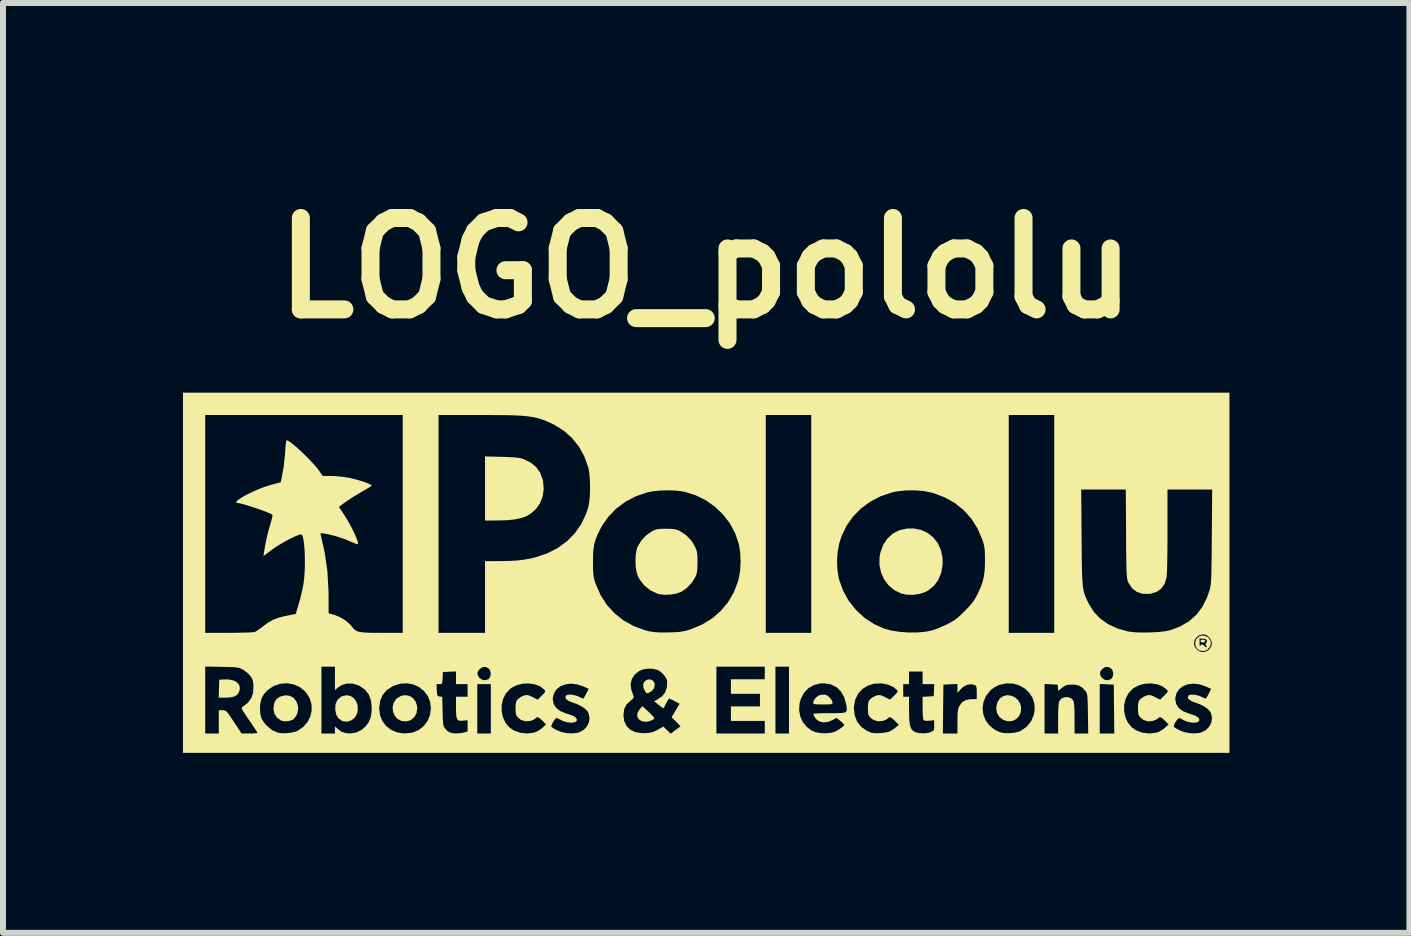
<source format=kicad_pcb>
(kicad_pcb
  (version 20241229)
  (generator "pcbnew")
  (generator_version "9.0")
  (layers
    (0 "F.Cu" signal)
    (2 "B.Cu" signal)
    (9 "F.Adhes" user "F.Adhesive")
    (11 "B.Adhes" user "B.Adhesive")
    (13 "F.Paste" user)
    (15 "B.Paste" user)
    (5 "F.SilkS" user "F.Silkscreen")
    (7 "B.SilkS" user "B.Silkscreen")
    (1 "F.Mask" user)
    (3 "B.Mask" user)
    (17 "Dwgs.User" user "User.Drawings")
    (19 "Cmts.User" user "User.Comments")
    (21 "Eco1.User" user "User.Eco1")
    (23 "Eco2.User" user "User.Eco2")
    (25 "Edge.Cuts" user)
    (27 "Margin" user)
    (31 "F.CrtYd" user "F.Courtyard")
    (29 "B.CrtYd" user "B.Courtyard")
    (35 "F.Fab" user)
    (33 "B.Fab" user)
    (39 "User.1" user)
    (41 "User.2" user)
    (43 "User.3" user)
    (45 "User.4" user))
  (footprint "LOGO_pololu"
    (layer "F.Cu")
    (at 8.714 6.498)
    (property "Reference" "LOGO_pololu" (at 0 -5.08 0) (layer "F.SilkS") (effects (font (size 1.524 1.524) (thickness 0.3))))
    (attr board_only exclude_from_pos_files exclude_from_bom)
    (fp_poly (pts (xy 8.319 1.122) (xy 8.327 1.138) (xy 8.313 1.157) (xy 8.286 1.162) (xy 8.254 1.153) (xy 8.246 1.138) (xy 8.26 1.118) (xy 8.286 1.113)) (stroke (width 0) (type solid)) (fill yes) (layer "F.SilkS"))
    (fp_poly (pts (xy -7.946 1.779) (xy -7.866 1.797) (xy -7.808 1.831) (xy -7.773 1.878) (xy -7.766 1.937) (xy -7.779 1.986) (xy -7.809 2.032) (xy -7.858 2.062) (xy -7.93 2.078) (xy -8.004 2.082) (xy -8.118 2.082) (xy -8.114 1.932) (xy -8.109 1.783) (xy -8.044 1.778)) (stroke (width 0) (type solid)) (fill yes) (layer "F.SilkS"))
    (fp_poly (pts (xy -0.882 1.796) (xy -0.855 1.835) (xy -0.85 1.869) (xy -0.861 1.924) (xy -0.896 1.968) (xy -0.938 1.994) (xy -0.971 2.008) (xy -0.991 2.003) (xy -1.008 1.98) (xy -1.038 1.915) (xy -1.043 1.857) (xy -1.02 1.811) (xy -1.018 1.809) (xy -0.972 1.78) (xy -0.924 1.777)) (stroke (width 0) (type solid)) (fill yes) (layer "F.SilkS"))
    (fp_poly (pts (xy -0.955 2.315) (xy -0.91 2.359) (xy -0.875 2.395) (xy -0.857 2.418) (xy -0.855 2.422) (xy -0.869 2.441) (xy -0.904 2.46) (xy -0.948 2.477) (xy -0.99 2.484) (xy -0.996 2.484) (xy -1.044 2.478) (xy -1.076 2.469) (xy -1.122 2.436) (xy -1.142 2.389) (xy -1.137 2.334) (xy -1.104 2.278) (xy -1.1 2.274) (xy -1.055 2.223)) (stroke (width 0) (type solid)) (fill yes) (layer "F.SilkS"))
    (fp_poly (pts (xy -5.922 2.053) (xy -5.867 2.089) (xy -5.826 2.144) (xy -5.802 2.212) (xy -5.8 2.29) (xy -5.812 2.347) (xy -5.849 2.413) (xy -5.904 2.458) (xy -5.97 2.481) (xy -6.04 2.476) (xy -6.06 2.47) (xy -6.121 2.428) (xy -6.16 2.363) (xy -6.176 2.279) (xy -6.171 2.189) (xy -6.14 2.119) (xy -6.084 2.069) (xy -6.058 2.056) (xy -5.987 2.041)) (stroke (width 0) (type solid)) (fill yes) (layer "F.SilkS"))
    (fp_poly (pts (xy -4.938 2.052) (xy -4.88 2.089) (xy -4.836 2.146) (xy -4.812 2.221) (xy -4.809 2.259) (xy -4.822 2.343) (xy -4.86 2.409) (xy -4.916 2.455) (xy -4.987 2.477) (xy -5.067 2.471) (xy -5.076 2.468) (xy -5.14 2.434) (xy -5.186 2.38) (xy -5.213 2.313) (xy -5.219 2.24) (xy -5.203 2.169) (xy -5.163 2.107) (xy -5.147 2.092) (xy -5.078 2.051) (xy -5.006 2.039)) (stroke (width 0) (type solid)) (fill yes) (layer "F.SilkS"))
    (fp_poly (pts (xy 5.087 2.047) (xy 5.149 2.073) (xy 5.203 2.118) (xy 5.241 2.18) (xy 5.256 2.238) (xy 5.253 2.319) (xy 5.224 2.387) (xy 5.176 2.439) (xy 5.113 2.469) (xy 5.04 2.476) (xy 4.964 2.454) (xy 4.96 2.452) (xy 4.895 2.404) (xy 4.855 2.337) (xy 4.842 2.259) (xy 4.857 2.174) (xy 4.864 2.155) (xy 4.904 2.093) (xy 4.959 2.056) (xy 5.022 2.04)) (stroke (width 0) (type solid)) (fill yes) (layer "F.SilkS"))
    (fp_poly (pts (xy -6.935 2.05) (xy -6.872 2.084) (xy -6.825 2.141) (xy -6.798 2.217) (xy -6.794 2.27) (xy -6.804 2.332) (xy -6.831 2.392) (xy -6.869 2.438) (xy -6.886 2.45) (xy -6.952 2.472) (xy -7.023 2.476) (xy -7.078 2.463) (xy -7.144 2.417) (xy -7.188 2.352) (xy -7.206 2.275) (xy -7.197 2.192) (xy -7.188 2.163) (xy -7.161 2.113) (xy -7.125 2.081) (xy -7.089 2.062) (xy -7.009 2.042)) (stroke (width 0) (type solid)) (fill yes) (layer "F.SilkS"))
    (fp_poly (pts (xy 1.993 2.032) (xy 2.028 2.048) (xy 2.067 2.081) (xy 2.099 2.122) (xy 2.114 2.159) (xy 2.114 2.163) (xy 2.112 2.177) (xy 2.101 2.187) (xy 2.076 2.192) (xy 2.031 2.194) (xy 1.96 2.195) (xy 1.953 2.195) (xy 1.879 2.194) (xy 1.832 2.192) (xy 1.806 2.187) (xy 1.794 2.178) (xy 1.791 2.164) (xy 1.791 2.161) (xy 1.802 2.129) (xy 1.829 2.09) (xy 1.838 2.08) (xy 1.882 2.046) (xy 1.93 2.032)) (stroke (width 0) (type solid)) (fill yes) (layer "F.SilkS"))
    (fp_poly (pts (xy -3.401 -1.933) (xy -3.286 -1.929) (xy -3.199 -1.924) (xy -3.132 -1.918) (xy -3.081 -1.909) (xy -3.042 -1.897) (xy -2.922 -1.84) (xy -2.828 -1.764) (xy -2.76 -1.67) (xy -2.718 -1.555) (xy -2.711 -1.525) (xy -2.701 -1.394) (xy -2.719 -1.27) (xy -2.764 -1.157) (xy -2.833 -1.059) (xy -2.925 -0.98) (xy -2.993 -0.942) (xy -3.081 -0.911) (xy -3.19 -0.889) (xy -3.323 -0.876) (xy -3.484 -0.872) (xy -3.49 -0.872) (xy -3.679 -0.871) (xy -3.679 -1.94)) (stroke (width 0) (type solid)) (fill yes) (layer "F.SilkS"))
    (fp_poly (pts (xy 3.59 -0.715) (xy 3.7 -0.664) (xy 3.793 -0.589) (xy 3.867 -0.495) (xy 3.919 -0.382) (xy 3.947 -0.256) (xy 3.949 -0.134) (xy 3.925 0.001) (xy 3.876 0.119) (xy 3.804 0.217) (xy 3.71 0.294) (xy 3.668 0.317) (xy 3.568 0.352) (xy 3.455 0.368) (xy 3.342 0.364) (xy 3.252 0.343) (xy 3.14 0.287) (xy 3.046 0.207) (xy 2.973 0.108) (xy 2.922 -0.006) (xy 2.896 -0.13) (xy 2.897 -0.259) (xy 2.912 -0.339) (xy 2.959 -0.467) (xy 3.029 -0.572) (xy 3.118 -0.653) (xy 3.226 -0.709) (xy 3.351 -0.737) (xy 3.466 -0.739)) (stroke (width 0) (type solid)) (fill yes) (layer "F.SilkS"))
    (fp_poly (pts (xy 8.317 1.048) (xy 8.369 1.074) (xy 8.387 1.091) (xy 8.419 1.143) (xy 8.418 1.198) (xy 8.405 1.232) (xy 8.362 1.283) (xy 8.307 1.305) (xy 8.242 1.298) (xy 8.218 1.288) (xy 8.189 1.261) (xy 8.166 1.219) (xy 8.165 1.217) (xy 8.159 1.156) (xy 8.177 1.105) (xy 8.185 1.097) (xy 8.23 1.097) (xy 8.232 1.174) (xy 8.234 1.212) (xy 8.238 1.227) (xy 8.241 1.222) (xy 8.257 1.198) (xy 8.27 1.194) (xy 8.297 1.205) (xy 8.311 1.218) (xy 8.335 1.239) (xy 8.347 1.243) (xy 8.352 1.233) (xy 8.343 1.218) (xy 8.331 1.192) (xy 8.343 1.17) (xy 8.357 1.137) (xy 8.343 1.111) (xy 8.303 1.098) (xy 8.287 1.097) (xy 8.23 1.097) (xy 8.185 1.097) (xy 8.214 1.068) (xy 8.263 1.047)) (stroke (width 0) (type solid)) (fill yes) (layer "F.SilkS"))
    (fp_poly (pts (xy -0.583 -0.733) (xy -0.526 -0.728) (xy -0.481 -0.717) (xy -0.437 -0.699) (xy -0.429 -0.695) (xy -0.325 -0.626) (xy -0.237 -0.534) (xy -0.18 -0.438) (xy -0.16 -0.392) (xy -0.147 -0.35) (xy -0.14 -0.301) (xy -0.138 -0.237) (xy -0.137 -0.178) (xy -0.139 -0.093) (xy -0.143 -0.032) (xy -0.152 0.016) (xy -0.168 0.058) (xy -0.172 0.067) (xy -0.231 0.164) (xy -0.311 0.25) (xy -0.402 0.314) (xy -0.409 0.318) (xy -0.489 0.346) (xy -0.585 0.363) (xy -0.683 0.367) (xy -0.771 0.357) (xy -0.799 0.35) (xy -0.921 0.293) (xy -1.023 0.212) (xy -1.103 0.109) (xy -1.133 0.052) (xy -1.155 -0.02) (xy -1.168 -0.112) (xy -1.171 -0.213) (xy -1.165 -0.311) (xy -1.149 -0.396) (xy -1.134 -0.438) (xy -1.072 -0.54) (xy -0.988 -0.628) (xy -0.897 -0.691) (xy -0.853 -0.712) (xy -0.813 -0.725) (xy -0.765 -0.732) (xy -0.7 -0.734) (xy -0.662 -0.734)) (stroke (width 0) (type solid)) (fill yes) (layer "F.SilkS"))
    (fp_poly (pts (xy 8.73 3.002) (xy -8.714 3.002) (xy -8.714 1.563) (xy -8.343 1.563) (xy -8.343 2.679) (xy -8.117 2.679) (xy -6.406 2.679) (xy -6.181 2.679) (xy -3.808 2.679) (xy -3.582 2.679) (xy -3.582 2.306) (xy -3.402 2.306) (xy -3.381 2.406) (xy -3.339 2.498) (xy -3.276 2.575) (xy -3.203 2.626) (xy -3.095 2.666) (xy -2.976 2.679) (xy -2.859 2.664) (xy -2.851 2.661) (xy -2.802 2.64) (xy -2.748 2.605) (xy -2.725 2.586) (xy -2.701 2.564) (xy -2.575 2.564) (xy -2.574 2.565) (xy -2.549 2.587) (xy -2.501 2.614) (xy -2.441 2.641) (xy -2.396 2.656) (xy -2.316 2.673) (xy -2.228 2.677) (xy -2.146 2.669) (xy -2.112 2.66) (xy -2.037 2.621) (xy -1.981 2.562) (xy -1.947 2.491) (xy -1.937 2.415) (xy -1.947 2.372) (xy -1.372 2.372) (xy -1.359 2.473) (xy -1.32 2.554) (xy -1.257 2.616) (xy -1.172 2.656) (xy -1.065 2.673) (xy -1.006 2.673) (xy -0.933 2.666) (xy -0.874 2.652) (xy -0.815 2.625) (xy -0.799 2.615) (xy -0.706 2.563) (xy -0.645 2.623) (xy -0.584 2.682) (xy -0.58 2.679) (xy 0.178 2.679) (xy 0.984 2.679) (xy 1.162 2.679) (xy 1.388 2.679) (xy 3.953 2.679) (xy 4.196 2.679) (xy 4.196 2.481) (xy 4.197 2.389) (xy 4.2 2.323) (xy 4.207 2.275) (xy 4.212 2.261) (xy 4.615 2.261) (xy 4.628 2.364) (xy 4.666 2.459) (xy 4.729 2.545) (xy 4.815 2.614) (xy 4.901 2.657) (xy 4.972 2.672) (xy 5.058 2.674) (xy 5.147 2.666) (xy 5.225 2.646) (xy 5.253 2.634) (xy 5.349 2.567) (xy 5.421 2.48) (xy 5.467 2.375) (xy 5.483 2.289) (xy 5.478 2.18) (xy 5.446 2.081) (xy 5.39 1.996) (xy 5.316 1.926) (xy 5.225 1.876) (xy 5.149 1.854) (xy 5.648 1.854) (xy 5.648 2.679) (xy 5.874 2.679) (xy 5.874 2.429) (xy 5.875 2.326) (xy 5.879 2.241) (xy 5.884 2.178) (xy 5.891 2.142) (xy 5.892 2.14) (xy 5.927 2.098) (xy 5.977 2.076) (xy 6.033 2.072) (xy 6.085 2.088) (xy 6.124 2.124) (xy 6.128 2.131) (xy 6.137 2.167) (xy 6.144 2.235) (xy 6.147 2.334) (xy 6.148 2.425) (xy 6.148 2.679) (xy 6.376 2.679) (xy 6.371 2.349) (xy 6.369 2.237) (xy 6.367 2.152) (xy 6.364 2.09) (xy 6.36 2.047) (xy 6.354 2.016) (xy 6.345 1.995) (xy 6.335 1.977) (xy 6.333 1.975) (xy 6.279 1.915) (xy 6.222 1.88) (xy 6.151 1.865) (xy 6.108 1.864) (xy 6.048 1.866) (xy 6.007 1.875) (xy 5.97 1.894) (xy 5.941 1.916) (xy 5.876 1.969) (xy 5.871 1.916) (xy 5.866 1.864) (xy 5.757 1.859) (xy 5.649 1.854) (xy 6.568 1.854) (xy 6.568 2.679) (xy 6.81 2.679) (xy 6.807 2.306) (xy 6.974 2.306) (xy 6.995 2.406) (xy 7.037 2.498) (xy 7.1 2.575) (xy 7.173 2.626) (xy 7.282 2.666) (xy 7.4 2.679) (xy 7.517 2.664) (xy 7.525 2.661) (xy 7.574 2.64) (xy 7.628 2.605) (xy 7.651 2.586) (xy 7.676 2.564) (xy 7.801 2.564) (xy 7.802 2.565) (xy 7.827 2.587) (xy 7.875 2.614) (xy 7.936 2.641) (xy 7.98 2.656) (xy 8.06 2.673) (xy 8.149 2.677) (xy 8.231 2.669) (xy 8.264 2.66) (xy 8.339 2.621) (xy 8.395 2.562) (xy 8.429 2.491) (xy 8.439 2.415) (xy 8.422 2.339) (xy 8.408 2.312) (xy 8.37 2.271) (xy 8.311 2.229) (xy 8.239 2.192) (xy 8.182 2.171) (xy 8.11 2.145) (xy 8.06 2.116) (xy 8.037 2.088) (xy 8.036 2.081) (xy 8.045 2.05) (xy 8.054 2.04) (xy 8.093 2.03) (xy 8.15 2.033) (xy 8.212 2.046) (xy 8.26 2.065) (xy 8.301 2.085) (xy 8.329 2.096) (xy 8.334 2.098) (xy 8.345 2.085) (xy 8.366 2.051) (xy 8.384 2.017) (xy 8.425 1.935) (xy 8.333 1.893) (xy 8.23 1.859) (xy 8.13 1.848) (xy 8.038 1.859) (xy 7.957 1.89) (xy 7.892 1.939) (xy 7.848 2.005) (xy 7.827 2.086) (xy 7.827 2.106) (xy 7.841 2.185) (xy 7.883 2.252) (xy 7.954 2.306) (xy 8.054 2.347) (xy 8.085 2.356) (xy 8.164 2.383) (xy 8.213 2.415) (xy 8.23 2.451) (xy 8.23 2.453) (xy 8.216 2.48) (xy 8.179 2.495) (xy 8.127 2.499) (xy 8.066 2.492) (xy 8.003 2.474) (xy 7.959 2.452) (xy 7.921 2.432) (xy 7.894 2.421) (xy 7.891 2.421) (xy 7.872 2.433) (xy 7.846 2.465) (xy 7.822 2.504) (xy 7.805 2.541) (xy 7.801 2.564) (xy 7.676 2.564) (xy 7.715 2.528) (xy 7.655 2.466) (xy 7.61 2.425) (xy 7.578 2.407) (xy 7.553 2.412) (xy 7.536 2.429) (xy 7.508 2.448) (xy 7.464 2.466) (xy 7.452 2.47) (xy 7.371 2.476) (xy 7.296 2.452) (xy 7.244 2.411) (xy 7.223 2.383) (xy 7.211 2.351) (xy 7.206 2.304) (xy 7.205 2.259) (xy 7.207 2.197) (xy 7.214 2.156) (xy 7.228 2.126) (xy 7.245 2.107) (xy 7.288 2.074) (xy 7.34 2.048) (xy 7.345 2.047) (xy 7.384 2.038) (xy 7.417 2.04) (xy 7.456 2.055) (xy 7.49 2.072) (xy 7.574 2.115) (xy 7.643 2.047) (xy 7.681 2.009) (xy 7.699 1.985) (xy 7.7 1.968) (xy 7.687 1.95) (xy 7.685 1.948) (xy 7.615 1.893) (xy 7.527 1.859) (xy 7.428 1.844) (xy 7.325 1.848) (xy 7.226 1.873) (xy 7.137 1.919) (xy 7.113 1.937) (xy 7.044 2.013) (xy 6.998 2.104) (xy 6.975 2.203) (xy 6.974 2.306) (xy 6.807 2.306) (xy 6.806 2.271) (xy 6.802 1.864) (xy 6.568 1.854) (xy 5.649 1.854) (xy 5.648 1.854) (xy 5.149 1.854) (xy 5.124 1.847) (xy 5.015 1.843) (xy 4.903 1.866) (xy 4.885 1.872) (xy 4.821 1.904) (xy 4.76 1.947) (xy 4.741 1.965) (xy 4.67 2.057) (xy 4.629 2.158) (xy 4.615 2.261) (xy 4.212 2.261) (xy 4.218 2.24) (xy 4.224 2.228) (xy 4.27 2.162) (xy 4.33 2.123) (xy 4.41 2.107) (xy 4.43 2.107) (xy 4.518 2.106) (xy 4.518 1.998) (xy 4.517 1.937) (xy 4.511 1.901) (xy 4.499 1.881) (xy 4.487 1.872) (xy 4.424 1.856) (xy 4.355 1.868) (xy 4.288 1.905) (xy 4.238 1.953) (xy 4.196 2.003) (xy 4.196 1.854) (xy 4.079 1.859) (xy 3.962 1.864) (xy 3.957 2.271) (xy 3.953 2.679) (xy 1.388 2.679) (xy 1.388 2.286) (xy 1.556 2.286) (xy 1.575 2.392) (xy 1.619 2.489) (xy 1.685 2.57) (xy 1.769 2.631) (xy 1.829 2.656) (xy 1.911 2.672) (xy 2.003 2.676) (xy 2.089 2.667) (xy 2.134 2.656) (xy 2.18 2.635) (xy 2.229 2.606) (xy 2.272 2.575) (xy 2.301 2.548) (xy 2.308 2.534) (xy 2.296 2.517) (xy 2.266 2.488) (xy 2.243 2.469) (xy 2.179 2.418) (xy 2.126 2.449) (xy 2.046 2.484) (xy 1.968 2.494) (xy 1.898 2.48) (xy 1.842 2.441) (xy 1.823 2.416) (xy 1.802 2.379) (xy 1.792 2.354) (xy 1.791 2.352) (xy 1.807 2.348) (xy 1.849 2.345) (xy 1.913 2.342) (xy 1.993 2.34) (xy 2.064 2.34) (xy 2.17 2.34) (xy 2.247 2.338) (xy 2.3 2.333) (xy 2.332 2.322) (xy 2.348 2.303) (xy 2.352 2.275) (xy 2.35 2.258) (xy 2.469 2.258) (xy 2.484 2.379) (xy 2.525 2.483) (xy 2.592 2.568) (xy 2.684 2.633) (xy 2.759 2.665) (xy 2.809 2.673) (xy 2.877 2.674) (xy 2.951 2.669) (xy 3.019 2.659) (xy 3.068 2.644) (xy 3.074 2.641) (xy 3.121 2.612) (xy 3.168 2.577) (xy 3.171 2.575) (xy 3.219 2.534) (xy 3.155 2.469) (xy 3.11 2.427) (xy 3.078 2.408) (xy 3.053 2.411) (xy 3.034 2.429) (xy 3.006 2.448) (xy 2.962 2.466) (xy 2.95 2.47) (xy 2.869 2.476) (xy 2.794 2.452) (xy 2.742 2.411) (xy 2.72 2.383) (xy 2.709 2.351) (xy 2.704 2.304) (xy 2.703 2.259) (xy 2.705 2.197) (xy 2.711 2.156) (xy 2.726 2.126) (xy 2.742 2.107) (xy 2.785 2.074) (xy 2.838 2.048) (xy 2.843 2.047) (xy 2.881 2.038) (xy 2.914 2.04) (xy 2.954 2.055) (xy 2.988 2.072) (xy 3.072 2.115) (xy 3.122 2.066) (xy 3.292 2.066) (xy 3.389 2.066) (xy 3.389 2.293) (xy 3.391 2.407) (xy 3.397 2.494) (xy 3.409 2.558) (xy 3.428 2.603) (xy 3.455 2.634) (xy 3.492 2.656) (xy 3.492 2.656) (xy 3.561 2.673) (xy 3.642 2.677) (xy 3.72 2.666) (xy 3.752 2.655) (xy 3.785 2.64) (xy 3.801 2.622) (xy 3.808 2.591) (xy 3.808 2.545) (xy 3.808 2.458) (xy 3.726 2.466) (xy 3.67 2.468) (xy 3.638 2.46) (xy 3.629 2.451) (xy 3.624 2.427) (xy 3.619 2.377) (xy 3.616 2.311) (xy 3.615 2.248) (xy 3.615 2.067) (xy 3.708 2.062) (xy 3.8 2.057) (xy 3.805 1.957) (xy 3.81 1.856) (xy 3.615 1.856) (xy 3.615 1.697) (xy 6.573 1.697) (xy 6.601 1.749) (xy 6.601 1.749) (xy 6.646 1.782) (xy 6.699 1.791) (xy 6.751 1.775) (xy 6.764 1.765) (xy 6.788 1.723) (xy 6.793 1.671) (xy 6.778 1.62) (xy 6.761 1.598) (xy 6.714 1.57) (xy 6.661 1.571) (xy 6.61 1.602) (xy 6.607 1.605) (xy 6.575 1.651) (xy 6.573 1.697) (xy 3.615 1.697) (xy 3.615 1.646) (xy 3.389 1.646) (xy 3.389 1.856) (xy 3.292 1.856) (xy 3.292 2.066) (xy 3.122 2.066) (xy 3.141 2.047) (xy 3.179 2.009) (xy 3.197 1.985) (xy 3.197 1.968) (xy 3.184 1.95) (xy 3.183 1.948) (xy 3.124 1.902) (xy 3.043 1.867) (xy 2.951 1.846) (xy 2.928 1.844) (xy 2.808 1.848) (xy 2.702 1.88) (xy 2.612 1.937) (xy 2.541 2.014) (xy 2.493 2.111) (xy 2.471 2.223) (xy 2.469 2.258) (xy 2.35 2.258) (xy 2.348 2.234) (xy 2.341 2.192) (xy 2.308 2.074) (xy 2.254 1.979) (xy 2.18 1.907) (xy 2.089 1.861) (xy 1.981 1.842) (xy 1.911 1.844) (xy 1.803 1.871) (xy 1.712 1.924) (xy 1.638 2.001) (xy 1.586 2.101) (xy 1.565 2.174) (xy 1.556 2.286) (xy 1.388 2.286) (xy 1.388 1.565) (xy 1.162 1.565) (xy 1.162 2.679) (xy 0.984 2.679) (xy 0.984 2.469) (xy 0.42 2.469) (xy 0.42 2.227) (xy 0.904 2.227) (xy 0.904 2.017) (xy 0.42 2.017) (xy 0.42 1.775) (xy 0.984 1.775) (xy 0.984 1.565) (xy 0.178 1.565) (xy 0.178 2.679) (xy -0.58 2.679) (xy -0.502 2.62) (xy -0.42 2.559) (xy -0.494 2.483) (xy -0.569 2.407) (xy -0.532 2.345) (xy -0.501 2.293) (xy -0.471 2.242) (xy -0.466 2.233) (xy -0.436 2.183) (xy -0.515 2.141) (xy -0.561 2.117) (xy -0.596 2.101) (xy -0.609 2.098) (xy -0.623 2.111) (xy -0.645 2.146) (xy -0.662 2.179) (xy -0.684 2.223) (xy -0.701 2.252) (xy -0.707 2.259) (xy -0.723 2.25) (xy -0.755 2.225) (xy -0.787 2.2) (xy -0.859 2.141) (xy -0.813 2.117) (xy -0.731 2.063) (xy -0.677 1.996) (xy -0.648 1.911) (xy -0.643 1.806) (xy -0.643 1.804) (xy -0.658 1.759) (xy -0.693 1.707) (xy -0.74 1.66) (xy -0.791 1.624) (xy -0.802 1.619) (xy -0.878 1.601) (xy -0.964 1.598) (xy -1.048 1.612) (xy -1.105 1.634) (xy -1.181 1.694) (xy -1.231 1.768) (xy -1.252 1.852) (xy -1.242 1.943) (xy -1.235 1.965) (xy -1.218 2.015) (xy -1.204 2.055) (xy -1.2 2.067) (xy -1.208 2.094) (xy -1.247 2.128) (xy -1.255 2.134) (xy -1.32 2.194) (xy -1.359 2.272) (xy -1.372 2.37) (xy -1.372 2.372) (xy -1.947 2.372) (xy -1.954 2.339) (xy -1.968 2.312) (xy -2.006 2.271) (xy -2.066 2.229) (xy -2.137 2.192) (xy -2.195 2.171) (xy -2.267 2.145) (xy -2.316 2.116) (xy -2.339 2.088) (xy -2.34 2.081) (xy -2.331 2.05) (xy -2.322 2.04) (xy -2.283 2.03) (xy -2.226 2.033) (xy -2.165 2.046) (xy -2.116 2.065) (xy -2.075 2.085) (xy -2.048 2.096) (xy -2.042 2.098) (xy -2.031 2.085) (xy -2.011 2.051) (xy -1.993 2.017) (xy -1.951 1.935) (xy -2.043 1.893) (xy -2.146 1.859) (xy -2.246 1.848) (xy -2.338 1.859) (xy -2.419 1.89) (xy -2.484 1.939) (xy -2.529 2.005) (xy -2.549 2.086) (xy -2.55 2.106) (xy -2.536 2.185) (xy -2.493 2.252) (xy -2.423 2.306) (xy -2.322 2.347) (xy -2.291 2.356) (xy -2.212 2.383) (xy -2.164 2.415) (xy -2.146 2.451) (xy -2.146 2.453) (xy -2.16 2.48) (xy -2.197 2.495) (xy -2.25 2.499) (xy -2.311 2.492) (xy -2.373 2.474) (xy -2.417 2.452) (xy -2.455 2.432) (xy -2.482 2.421) (xy -2.485 2.421) (xy -2.505 2.433) (xy -2.53 2.465) (xy -2.554 2.504) (xy -2.571 2.541) (xy -2.575 2.564) (xy -2.701 2.564) (xy -2.661 2.528) (xy -2.722 2.466) (xy -2.766 2.425) (xy -2.798 2.407) (xy -2.823 2.412) (xy -2.84 2.429) (xy -2.868 2.448) (xy -2.912 2.466) (xy -2.924 2.47) (xy -3.005 2.476) (xy -3.08 2.452) (xy -3.132 2.411) (xy -3.154 2.383) (xy -3.165 2.351) (xy -3.17 2.304) (xy -3.171 2.259) (xy -3.169 2.197) (xy -3.162 2.156) (xy -3.148 2.126) (xy -3.132 2.107) (xy -3.089 2.074) (xy -3.036 2.048) (xy -3.031 2.047) (xy -2.993 2.038) (xy -2.96 2.04) (xy -2.92 2.055) (xy -2.886 2.072) (xy -2.802 2.115) (xy -2.733 2.047) (xy -2.695 2.009) (xy -2.677 1.985) (xy -2.677 1.968) (xy -2.69 1.95) (xy -2.691 1.948) (xy -2.761 1.893) (xy -2.849 1.859) (xy -2.948 1.844) (xy -3.051 1.848) (xy -3.15 1.873) (xy -3.239 1.919) (xy -3.263 1.937) (xy -3.332 2.013) (xy -3.378 2.104) (xy -3.401 2.203) (xy -3.402 2.306) (xy -3.582 2.306) (xy -3.582 1.856) (xy -3.808 1.856) (xy -3.808 2.679) (xy -6.181 2.679) (xy -6.181 2.56) (xy -6.136 2.602) (xy -6.07 2.65) (xy -5.993 2.674) (xy -5.925 2.678) (xy -5.824 2.662) (xy -5.732 2.616) (xy -5.662 2.552) (xy -5.614 2.483) (xy -5.584 2.408) (xy -5.57 2.317) (xy -5.568 2.259) (xy -5.444 2.259) (xy -5.43 2.372) (xy -5.391 2.471) (xy -5.328 2.554) (xy -5.245 2.618) (xy -5.147 2.66) (xy -5.037 2.678) (xy -4.918 2.669) (xy -4.885 2.662) (xy -4.784 2.621) (xy -4.7 2.554) (xy -4.636 2.468) (xy -4.595 2.367) (xy -4.581 2.259) (xy -4.595 2.148) (xy -4.635 2.051) (xy -4.697 1.97) (xy -4.777 1.906) (xy -4.871 1.863) (xy -4.907 1.856) (xy -4.488 1.856) (xy -4.483 1.957) (xy -4.479 2.012) (xy -4.473 2.043) (xy -4.46 2.057) (xy -4.438 2.062) (xy -4.435 2.062) (xy -4.392 2.067) (xy -4.386 2.307) (xy -4.384 2.402) (xy -4.381 2.471) (xy -4.376 2.519) (xy -4.369 2.552) (xy -4.359 2.576) (xy -4.347 2.593) (xy -4.312 2.631) (xy -4.275 2.658) (xy -4.275 2.658) (xy -4.223 2.673) (xy -4.152 2.678) (xy -4.077 2.672) (xy -4.03 2.662) (xy -3.97 2.645) (xy -3.97 2.457) (xy -4.045 2.465) (xy -4.091 2.468) (xy -4.123 2.46) (xy -4.144 2.438) (xy -4.156 2.398) (xy -4.162 2.334) (xy -4.163 2.242) (xy -4.163 2.24) (xy -4.163 2.066) (xy -3.97 2.066) (xy -3.97 1.856) (xy -4.163 1.856) (xy -4.163 1.697) (xy -3.804 1.697) (xy -3.775 1.749) (xy -3.775 1.749) (xy -3.731 1.782) (xy -3.677 1.791) (xy -3.625 1.775) (xy -3.612 1.765) (xy -3.588 1.723) (xy -3.584 1.671) (xy -3.599 1.62) (xy -3.615 1.598) (xy -3.662 1.57) (xy -3.715 1.571) (xy -3.766 1.602) (xy -3.769 1.605) (xy -3.802 1.651) (xy -3.804 1.697) (xy -4.163 1.697) (xy -4.163 1.645) (xy -4.272 1.649) (xy -4.381 1.654) (xy -4.386 1.755) (xy -4.389 1.81) (xy -4.395 1.84) (xy -4.407 1.853) (xy -4.43 1.856) (xy -4.439 1.856) (xy -4.488 1.856) (xy -4.907 1.856) (xy -4.974 1.843) (xy -5.083 1.847) (xy -5.194 1.88) (xy -5.223 1.894) (xy -5.319 1.957) (xy -5.387 2.039) (xy -5.428 2.138) (xy -5.444 2.256) (xy -5.444 2.259) (xy -5.568 2.259) (xy -5.568 2.249) (xy -5.58 2.129) (xy -5.616 2.03) (xy -5.678 1.95) (xy -5.765 1.888) (xy -5.785 1.878) (xy -5.884 1.847) (xy -5.981 1.846) (xy -6.071 1.873) (xy -6.144 1.924) (xy -6.181 1.958) (xy -6.181 1.565) (xy -6.406 1.565) (xy -6.406 2.679) (xy -8.117 2.679) (xy -8.117 2.291) (xy -8.055 2.291) (xy -8.03 2.292) (xy -8.009 2.297) (xy -7.989 2.311) (xy -7.966 2.337) (xy -7.935 2.38) (xy -7.892 2.444) (xy -7.865 2.485) (xy -7.738 2.678) (xy -7.605 2.678) (xy -7.544 2.678) (xy -7.497 2.675) (xy -7.473 2.671) (xy -7.472 2.669) (xy -7.48 2.653) (xy -7.504 2.616) (xy -7.54 2.561) (xy -7.585 2.495) (xy -7.612 2.456) (xy -7.665 2.378) (xy -7.701 2.323) (xy -7.724 2.285) (xy -7.733 2.261) (xy -7.733 2.259) (xy -7.431 2.259) (xy -7.425 2.353) (xy -7.405 2.427) (xy -7.365 2.494) (xy -7.32 2.547) (xy -7.23 2.621) (xy -7.133 2.665) (xy -7.075 2.674) (xy -7 2.674) (xy -6.92 2.666) (xy -6.847 2.651) (xy -6.802 2.634) (xy -6.708 2.569) (xy -6.637 2.487) (xy -6.59 2.393) (xy -6.568 2.292) (xy -6.572 2.188) (xy -6.603 2.088) (xy -6.662 1.995) (xy -6.684 1.971) (xy -6.773 1.901) (xy -6.875 1.858) (xy -6.985 1.841) (xy -7.096 1.851) (xy -7.202 1.887) (xy -7.292 1.947) (xy -7.361 2.018) (xy -7.405 2.094) (xy -7.426 2.183) (xy -7.431 2.259) (xy -7.733 2.259) (xy -7.733 2.246) (xy -7.724 2.237) (xy -7.722 2.236) (xy -7.635 2.17) (xy -7.576 2.091) (xy -7.544 1.995) (xy -7.539 1.881) (xy -7.546 1.816) (xy -7.559 1.77) (xy -7.584 1.729) (xy -7.595 1.715) (xy -7.641 1.668) (xy -7.697 1.625) (xy -7.715 1.614) (xy -7.743 1.599) (xy -7.77 1.588) (xy -7.803 1.581) (xy -7.847 1.575) (xy -7.907 1.572) (xy -7.99 1.57) (xy -8.065 1.568) (xy -8.343 1.563) (xy -8.714 1.563) (xy -8.714 1.181) (xy 8.138 1.181) (xy 8.15 1.23) (xy 8.194 1.287) (xy 8.249 1.317) (xy 8.31 1.321) (xy 8.37 1.296) (xy 8.393 1.276) (xy 8.431 1.22) (xy 8.438 1.162) (xy 8.413 1.103) (xy 8.393 1.078) (xy 8.353 1.042) (xy 8.31 1.027) (xy 8.289 1.026) (xy 8.229 1.04) (xy 8.18 1.075) (xy 8.148 1.125) (xy 8.138 1.181) (xy -8.714 1.181) (xy -8.714 1.001) (xy -8.343 1.001) (xy -7.949 1.001) (xy -7.837 1) (xy -7.734 0.998) (xy -7.646 0.996) (xy -7.576 0.993) (xy -7.531 0.989) (xy -7.516 0.986) (xy -7.486 0.969) (xy -7.44 0.938) (xy -7.386 0.897) (xy -7.368 0.884) (xy -7.29 0.826) (xy -7.211 0.783) (xy -7.122 0.749) (xy -7.014 0.722) (xy -6.963 0.711) (xy -6.834 0.686) (xy -6.784 0.516) (xy -6.758 0.425) (xy -6.734 0.325) (xy -6.713 0.231) (xy -6.707 0.195) (xy -6.695 0.105) (xy -6.687 0.003) (xy -6.682 -0.106) (xy -6.682 -0.217) (xy -6.684 -0.324) (xy -6.69 -0.424) (xy -6.699 -0.51) (xy -6.711 -0.578) (xy -6.725 -0.624) (xy -6.74 -0.641) (xy -6.766 -0.638) (xy -6.815 -0.62) (xy -6.879 -0.591) (xy -6.954 -0.554) (xy -7.033 -0.51) (xy -7.112 -0.464) (xy -7.185 -0.417) (xy -7.235 -0.381) (xy -7.372 -0.278) (xy -7.364 -0.337) (xy -7.336 -0.501) (xy -7.297 -0.671) (xy -7.259 -0.805) (xy -7.24 -0.87) (xy -7.227 -0.924) (xy -7.222 -0.959) (xy -7.224 -0.968) (xy -7.251 -0.984) (xy -7.303 -1.006) (xy -7.373 -1.033) (xy -7.453 -1.062) (xy -7.539 -1.091) (xy -7.622 -1.118) (xy -7.697 -1.14) (xy -7.757 -1.155) (xy -7.795 -1.162) (xy -7.797 -1.162) (xy -7.824 -1.168) (xy -7.825 -1.184) (xy -7.802 -1.208) (xy -7.761 -1.238) (xy -7.703 -1.274) (xy -7.632 -1.312) (xy -7.552 -1.35) (xy -7.467 -1.388) (xy -7.379 -1.423) (xy -7.293 -1.452) (xy -7.224 -1.472) (xy -7.086 -1.508) (xy -7.069 -1.581) (xy -7.037 -1.756) (xy -7.015 -1.958) (xy -7.009 -2.037) (xy -7.004 -2.108) (xy -6.998 -2.164) (xy -6.991 -2.201) (xy -6.987 -2.211) (xy -6.958 -2.199) (xy -6.912 -2.168) (xy -6.853 -2.121) (xy -6.785 -2.061) (xy -6.713 -1.994) (xy -6.64 -1.922) (xy -6.571 -1.85) (xy -6.51 -1.783) (xy -6.461 -1.723) (xy -6.445 -1.701) (xy -6.385 -1.614) (xy -6.241 -1.614) (xy -6.151 -1.61) (xy -6.048 -1.599) (xy -5.949 -1.584) (xy -5.936 -1.581) (xy -5.86 -1.563) (xy -5.781 -1.542) (xy -5.707 -1.519) (xy -5.643 -1.496) (xy -5.595 -1.475) (xy -5.57 -1.459) (xy -5.568 -1.455) (xy -5.581 -1.443) (xy -5.617 -1.419) (xy -5.671 -1.387) (xy -5.733 -1.351) (xy -5.813 -1.304) (xy -5.896 -1.253) (xy -5.969 -1.204) (xy -6.007 -1.178) (xy -6.116 -1.098) (xy -6.036 -0.981) (xy -5.99 -0.908) (xy -5.944 -0.828) (xy -5.899 -0.745) (xy -5.86 -0.665) (xy -5.828 -0.592) (xy -5.805 -0.533) (xy -5.795 -0.491) (xy -5.797 -0.475) (xy -5.814 -0.478) (xy -5.853 -0.492) (xy -5.906 -0.514) (xy -5.924 -0.523) (xy -6.041 -0.57) (xy -6.172 -0.612) (xy -6.3 -0.644) (xy -6.356 -0.654) (xy -6.4 -0.66) (xy -6.419 -0.657) (xy -6.42 -0.642) (xy -6.417 -0.627) (xy -6.35 -0.333) (xy -6.306 -0.02) (xy -6.288 0.308) (xy -6.287 0.374) (xy -6.286 0.675) (xy -6.197 0.699) (xy -6.103 0.736) (xy -6.013 0.789) (xy -5.938 0.851) (xy -5.912 0.881) (xy -5.883 0.918) (xy -5.855 0.946) (xy -5.824 0.967) (xy -5.786 0.982) (xy -5.735 0.991) (xy -5.667 0.997) (xy -5.579 1) (xy -5.464 1) (xy -5.408 1.001) (xy -5.051 1.001) (xy -4.454 1.001) (xy -3.679 1.001) (xy 1.001 1.001) (xy 1.759 1.001) (xy 5.051 1.001) (xy 5.809 1.001) (xy 5.809 -1.388) (xy 6.259 -1.388) (xy 6.265 -0.593) (xy 6.267 -0.403) (xy 6.268 -0.242) (xy 6.27 -0.106) (xy 6.273 0.006) (xy 6.277 0.099) (xy 6.282 0.176) (xy 6.289 0.239) (xy 6.298 0.292) (xy 6.309 0.339) (xy 6.324 0.382) (xy 6.341 0.424) (xy 6.362 0.469) (xy 6.383 0.511) (xy 6.466 0.647) (xy 6.575 0.762) (xy 6.707 0.856) (xy 6.862 0.928) (xy 7.036 0.977) (xy 7.114 0.988) (xy 7.214 0.995) (xy 7.327 0.996) (xy 7.444 0.993) (xy 7.556 0.986) (xy 7.655 0.975) (xy 7.732 0.96) (xy 7.746 0.956) (xy 7.914 0.892) (xy 8.058 0.807) (xy 8.178 0.701) (xy 8.276 0.572) (xy 8.354 0.418) (xy 8.394 0.304) (xy 8.402 0.276) (xy 8.409 0.248) (xy 8.415 0.217) (xy 8.419 0.181) (xy 8.423 0.136) (xy 8.426 0.079) (xy 8.429 0.007) (xy 8.43 -0.083) (xy 8.432 -0.195) (xy 8.434 -0.331) (xy 8.435 -0.494) (xy 8.436 -0.601) (xy 8.442 -1.388) (xy 7.697 -1.388) (xy 7.697 -0.696) (xy 7.697 -0.533) (xy 7.696 -0.382) (xy 7.694 -0.246) (xy 7.692 -0.129) (xy 7.689 -0.034) (xy 7.685 0.036) (xy 7.682 0.078) (xy 7.681 0.082) (xy 7.649 0.184) (xy 7.595 0.262) (xy 7.52 0.316) (xy 7.423 0.347) (xy 7.387 0.352) (xy 7.278 0.349) (xy 7.186 0.318) (xy 7.11 0.26) (xy 7.052 0.175) (xy 7.046 0.163) (xy 7.038 0.144) (xy 7.031 0.125) (xy 7.026 0.101) (xy 7.021 0.071) (xy 7.018 0.03) (xy 7.015 -0.024) (xy 7.013 -0.094) (xy 7.011 -0.183) (xy 7.009 -0.294) (xy 7.008 -0.431) (xy 7.007 -0.596) (xy 7.007 -0.65) (xy 7.002 -1.388) (xy 6.259 -1.388) (xy 5.809 -1.388) (xy 5.809 -2.63) (xy 5.051 -2.63) (xy 5.051 1.001) (xy 1.759 1.001) (xy 1.759 -0.201) (xy 2.189 -0.201) (xy 2.195 -0.05) (xy 2.217 0.089) (xy 2.225 0.12) (xy 2.292 0.303) (xy 2.386 0.471) (xy 2.505 0.62) (xy 2.645 0.749) (xy 2.805 0.854) (xy 2.972 0.93) (xy 3.09 0.962) (xy 3.228 0.984) (xy 3.376 0.995) (xy 3.524 0.995) (xy 3.662 0.983) (xy 3.768 0.962) (xy 3.826 0.943) (xy 3.9 0.914) (xy 3.979 0.879) (xy 4.018 0.861) (xy 4.091 0.823) (xy 4.151 0.786) (xy 4.206 0.744) (xy 4.267 0.688) (xy 4.317 0.639) (xy 4.388 0.565) (xy 4.441 0.503) (xy 4.483 0.443) (xy 4.52 0.377) (xy 4.531 0.355) (xy 4.58 0.248) (xy 4.615 0.153) (xy 4.637 0.06) (xy 4.65 -0.041) (xy 4.655 -0.16) (xy 4.655 -0.21) (xy 4.654 -0.303) (xy 4.651 -0.372) (xy 4.645 -0.427) (xy 4.635 -0.476) (xy 4.619 -0.529) (xy 4.609 -0.557) (xy 4.529 -0.742) (xy 4.425 -0.906) (xy 4.297 -1.047) (xy 4.148 -1.166) (xy 3.977 -1.261) (xy 3.786 -1.331) (xy 3.752 -1.34) (xy 3.624 -1.364) (xy 3.479 -1.375) (xy 3.329 -1.372) (xy 3.189 -1.357) (xy 3.106 -1.34) (xy 2.914 -1.275) (xy 2.74 -1.184) (xy 2.587 -1.071) (xy 2.455 -0.936) (xy 2.346 -0.782) (xy 2.264 -0.61) (xy 2.225 -0.489) (xy 2.199 -0.351) (xy 2.189 -0.201) (xy 1.759 -0.201) (xy 1.759 -2.63) (xy 1.001 -2.63) (xy 1.001 1.001) (xy -3.679 1.001) (xy -3.679 -0.178) (xy -1.879 -0.178) (xy -1.879 -0.082) (xy -1.876 -0.01) (xy -1.871 0.045) (xy -1.862 0.093) (xy -1.849 0.142) (xy -1.834 0.186) (xy -1.754 0.369) (xy -1.65 0.532) (xy -1.522 0.673) (xy -1.373 0.792) (xy -1.204 0.887) (xy -1.016 0.956) (xy -0.936 0.977) (xy -0.855 0.989) (xy -0.751 0.995) (xy -0.62 0.994) (xy -0.613 0.994) (xy -0.518 0.991) (xy -0.444 0.986) (xy -0.383 0.977) (xy -0.324 0.964) (xy -0.257 0.944) (xy -0.24 0.938) (xy -0.058 0.862) (xy 0.106 0.761) (xy 0.249 0.637) (xy 0.37 0.493) (xy 0.467 0.329) (xy 0.536 0.149) (xy 0.549 0.103) (xy 0.572 -0.028) (xy 0.581 -0.175) (xy 0.576 -0.323) (xy 0.556 -0.459) (xy 0.549 -0.49) (xy 0.488 -0.665) (xy 0.4 -0.828) (xy 0.286 -0.974) (xy 0.152 -1.103) (xy -0.001 -1.21) (xy -0.169 -1.293) (xy -0.348 -1.348) (xy -0.387 -1.356) (xy -0.499 -1.37) (xy -0.626 -1.375) (xy -0.758 -1.371) (xy -0.881 -1.359) (xy -0.974 -1.34) (xy -1.164 -1.276) (xy -1.337 -1.185) (xy -1.491 -1.071) (xy -1.623 -0.935) (xy -1.732 -0.778) (xy -1.764 -0.718) (xy -1.808 -0.625) (xy -1.84 -0.543) (xy -1.861 -0.464) (xy -1.873 -0.379) (xy -1.878 -0.278) (xy -1.879 -0.178) (xy -3.679 -0.178) (xy -3.679 -0.194) (xy -3.441 -0.194) (xy -3.282 -0.197) (xy -3.146 -0.205) (xy -3.025 -0.219) (xy -2.909 -0.241) (xy -2.835 -0.259) (xy -2.641 -0.324) (xy -2.467 -0.413) (xy -2.314 -0.525) (xy -2.183 -0.658) (xy -2.076 -0.81) (xy -1.995 -0.981) (xy -1.957 -1.097) (xy -1.942 -1.179) (xy -1.932 -1.283) (xy -1.928 -1.399) (xy -1.93 -1.517) (xy -1.937 -1.628) (xy -1.95 -1.722) (xy -1.959 -1.759) (xy -2.024 -1.941) (xy -2.115 -2.105) (xy -2.23 -2.248) (xy -2.368 -2.37) (xy -2.526 -2.468) (xy -2.542 -2.476) (xy -2.613 -2.509) (xy -2.679 -2.538) (xy -2.744 -2.561) (xy -2.81 -2.581) (xy -2.883 -2.596) (xy -2.964 -2.608) (xy -3.058 -2.617) (xy -3.168 -2.623) (xy -3.297 -2.627) (xy -3.45 -2.629) (xy -3.628 -2.63) (xy -3.77 -2.63) (xy -4.454 -2.63) (xy -4.454 1.001) (xy -5.051 1.001) (xy -5.051 -2.63) (xy -8.343 -2.63) (xy -8.343 1.001) (xy -8.714 1.001) (xy -8.714 -3.002) (xy 8.73 -3.002)) (stroke (width 0) (type solid)) (fill yes) (layer "F.SilkS")))
  (gr_rect
    (start -3 -3)
    (end 20.444 12.5)
    (stroke (width 0.1) (type default))
    (fill no)
    (layer "Edge.Cuts")))
</source>
